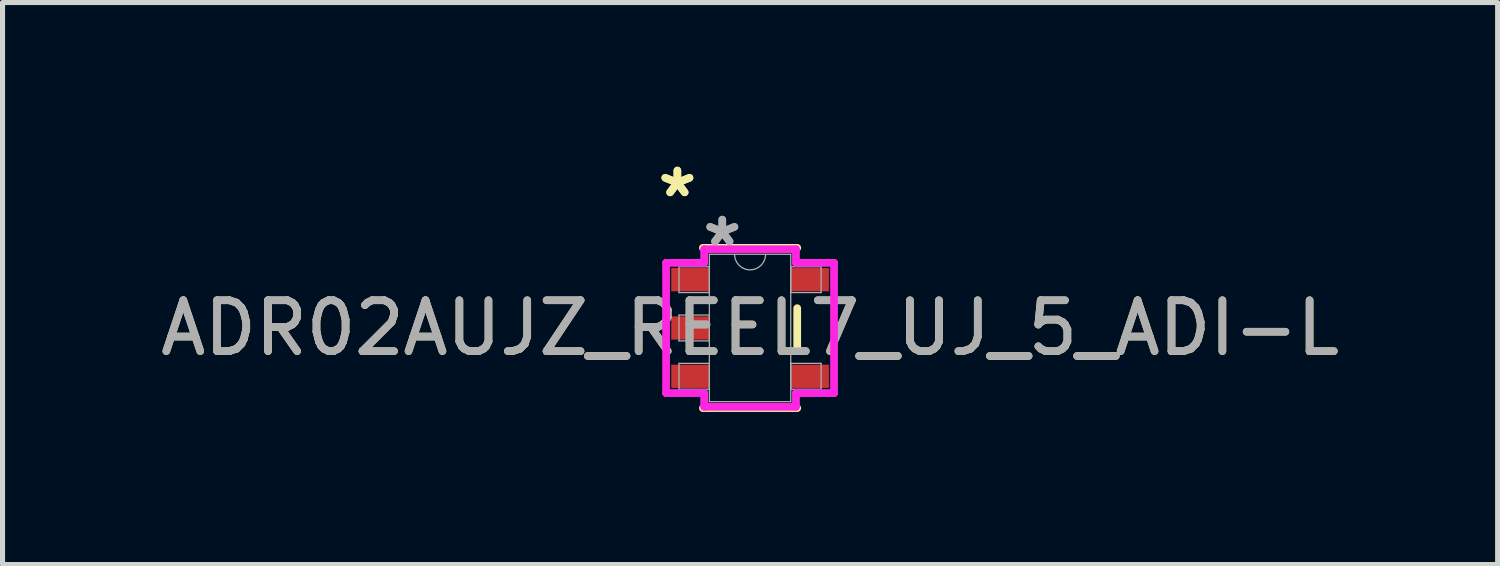
<source format=kicad_pcb>
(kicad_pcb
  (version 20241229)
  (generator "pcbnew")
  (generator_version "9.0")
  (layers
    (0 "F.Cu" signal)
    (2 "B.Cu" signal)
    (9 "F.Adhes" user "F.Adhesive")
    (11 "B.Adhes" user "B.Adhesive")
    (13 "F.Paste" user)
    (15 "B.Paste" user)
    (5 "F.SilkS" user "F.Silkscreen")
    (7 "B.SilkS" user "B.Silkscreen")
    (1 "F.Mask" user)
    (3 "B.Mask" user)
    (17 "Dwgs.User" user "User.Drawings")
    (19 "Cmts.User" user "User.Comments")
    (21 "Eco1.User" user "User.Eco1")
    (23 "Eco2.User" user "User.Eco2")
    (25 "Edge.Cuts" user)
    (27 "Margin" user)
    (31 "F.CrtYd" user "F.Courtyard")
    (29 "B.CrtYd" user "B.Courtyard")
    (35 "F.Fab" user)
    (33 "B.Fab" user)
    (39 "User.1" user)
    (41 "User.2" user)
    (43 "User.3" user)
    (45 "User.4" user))
  (footprint "ADR02AUJZ_REEL7_UJ_5_ADI-L"
    (layer "F.Cu")
    (at 11.696 3.398)
    (property "Reference" "ADR02AUJZ_REEL7_UJ_5_ADI-L" (at 0 0 0) (unlocked yes) (layer "F.SilkS") (effects (font (size 1 1) (thickness 0.15))))
    (attr smd)
    (fp_line (start -0.927 1.575) (end 0.927 1.575) (stroke (width 0.152) (type solid)) (layer "F.SilkS"))
    (fp_line (start 0.927 -1.575) (end -0.927 -1.575) (stroke (width 0.152) (type solid)) (layer "F.SilkS"))
    (fp_line (start 0.927 0.389) (end 0.927 -0.389) (stroke (width 0.152) (type solid)) (layer "F.SilkS"))
    (fp_line (start -1.651 -1.28) (end -0.902 -1.28) (stroke (width 0.152) (type solid)) (layer "F.CrtYd"))
    (fp_line (start -1.651 1.28) (end -1.651 -1.28) (stroke (width 0.152) (type solid)) (layer "F.CrtYd"))
    (fp_line (start -0.902 -1.549) (end 0.902 -1.549) (stroke (width 0.152) (type solid)) (layer "F.CrtYd"))
    (fp_line (start -0.902 -1.28) (end -0.902 -1.549) (stroke (width 0.152) (type solid)) (layer "F.CrtYd"))
    (fp_line (start -0.902 1.28) (end -1.651 1.28) (stroke (width 0.152) (type solid)) (layer "F.CrtYd"))
    (fp_line (start -0.902 1.549) (end -0.902 1.28) (stroke (width 0.152) (type solid)) (layer "F.CrtYd"))
    (fp_line (start 0.902 -1.549) (end 0.902 -1.28) (stroke (width 0.152) (type solid)) (layer "F.CrtYd"))
    (fp_line (start 0.902 -1.28) (end 1.651 -1.28) (stroke (width 0.152) (type solid)) (layer "F.CrtYd"))
    (fp_line (start 0.902 1.28) (end 0.902 1.549) (stroke (width 0.152) (type solid)) (layer "F.CrtYd"))
    (fp_line (start 0.902 1.549) (end -0.902 1.549) (stroke (width 0.152) (type solid)) (layer "F.CrtYd"))
    (fp_line (start 1.651 -1.28) (end 1.651 1.28) (stroke (width 0.152) (type solid)) (layer "F.CrtYd"))
    (fp_line (start 1.651 1.28) (end 0.902 1.28) (stroke (width 0.152) (type solid)) (layer "F.CrtYd"))
    (fp_line (start -1.397 -1.204) (end -1.397 -0.696) (stroke (width 0.025) (type solid)) (layer "F.Fab"))
    (fp_line (start -1.397 -0.696) (end -0.8 -0.696) (stroke (width 0.025) (type solid)) (layer "F.Fab"))
    (fp_line (start -1.397 -0.254) (end -1.397 0.254) (stroke (width 0.025) (type solid)) (layer "F.Fab"))
    (fp_line (start -1.397 0.254) (end -0.8 0.254) (stroke (width 0.025) (type solid)) (layer "F.Fab"))
    (fp_line (start -1.397 0.696) (end -1.397 1.204) (stroke (width 0.025) (type solid)) (layer "F.Fab"))
    (fp_line (start -1.397 1.204) (end -0.8 1.204) (stroke (width 0.025) (type solid)) (layer "F.Fab"))
    (fp_line (start -0.8 -1.448) (end -0.8 1.448) (stroke (width 0.025) (type solid)) (layer "F.Fab"))
    (fp_line (start -0.8 -1.204) (end -1.397 -1.204) (stroke (width 0.025) (type solid)) (layer "F.Fab"))
    (fp_line (start -0.8 -0.696) (end -0.8 -1.204) (stroke (width 0.025) (type solid)) (layer "F.Fab"))
    (fp_line (start -0.8 -0.254) (end -1.397 -0.254) (stroke (width 0.025) (type solid)) (layer "F.Fab"))
    (fp_line (start -0.8 0.254) (end -0.8 -0.254) (stroke (width 0.025) (type solid)) (layer "F.Fab"))
    (fp_line (start -0.8 0.696) (end -1.397 0.696) (stroke (width 0.025) (type solid)) (layer "F.Fab"))
    (fp_line (start -0.8 1.204) (end -0.8 0.696) (stroke (width 0.025) (type solid)) (layer "F.Fab"))
    (fp_line (start -0.8 1.448) (end 0.8 1.448) (stroke (width 0.025) (type solid)) (layer "F.Fab"))
    (fp_line (start 0.8 -1.448) (end -0.8 -1.448) (stroke (width 0.025) (type solid)) (layer "F.Fab"))
    (fp_line (start 0.8 -1.204) (end 0.8 -0.696) (stroke (width 0.025) (type solid)) (layer "F.Fab"))
    (fp_line (start 0.8 -0.696) (end 1.397 -0.696) (stroke (width 0.025) (type solid)) (layer "F.Fab"))
    (fp_line (start 0.8 0.696) (end 0.8 1.204) (stroke (width 0.025) (type solid)) (layer "F.Fab"))
    (fp_line (start 0.8 1.204) (end 1.397 1.204) (stroke (width 0.025) (type solid)) (layer "F.Fab"))
    (fp_line (start 0.8 1.448) (end 0.8 -1.448) (stroke (width 0.025) (type solid)) (layer "F.Fab"))
    (fp_line (start 1.397 -1.204) (end 0.8 -1.204) (stroke (width 0.025) (type solid)) (layer "F.Fab"))
    (fp_line (start 1.397 -0.696) (end 1.397 -1.204) (stroke (width 0.025) (type solid)) (layer "F.Fab"))
    (fp_line (start 1.397 0.696) (end 0.8 0.696) (stroke (width 0.025) (type solid)) (layer "F.Fab"))
    (fp_line (start 1.397 1.204) (end 1.397 0.696) (stroke (width 0.025) (type solid)) (layer "F.Fab"))
    (fp_arc (start 0.3048 -1.4478) (mid 0 -1.143) (end -0.3048 -1.4478) (stroke (width 0.0254) (type solid)) (layer "F.Fab"))
    (fp_text user "*" (at -1.429 -2.55 0) (unlocked yes) (layer "F.SilkS") (effects (font (size 1 1) (thickness 0.15))))
    (fp_text user "*" (at -1.429 -2.55 0) (layer "F.SilkS") (effects (font (size 1 1) (thickness 0.15))))
    (fp_text user "*" (at -0.546 -1.585 0) (unlocked yes) (layer "F.Fab") (effects (font (size 1 1) (thickness 0.15))))
    (fp_text user "${REFERENCE}" (at 0 0 0) (unlocked yes) (layer "F.Fab") (effects (font (size 1 1) (thickness 0.15))))
    (fp_text user "*" (at -0.546 -1.585 0) (layer "F.Fab") (effects (font (size 1 1) (thickness 0.15))))
    (pad "1" smd rect (at -1.175 -0.95) (size 0.749 0.457) (layers "F.Cu" "F.Mask" "F.Paste"))
    (pad "2" smd rect (at -1.175 0) (size 0.749 0.457) (layers "F.Cu" "F.Mask" "F.Paste"))
    (pad "3" smd rect (at -1.175 0.95) (size 0.749 0.457) (layers "F.Cu" "F.Mask" "F.Paste"))
    (pad "4" smd rect (at 1.175 0.95) (size 0.749 0.457) (layers "F.Cu" "F.Mask" "F.Paste"))
    (pad "5" smd rect (at 1.175 -0.95) (size 0.749 0.457) (layers "F.Cu" "F.Mask" "F.Paste")))
  (gr_rect
    (start -3 -3)
    (end 26.393 8.049)
    (stroke (width 0.1) (type default))
    (fill no)
    (layer "Edge.Cuts")))
</source>
